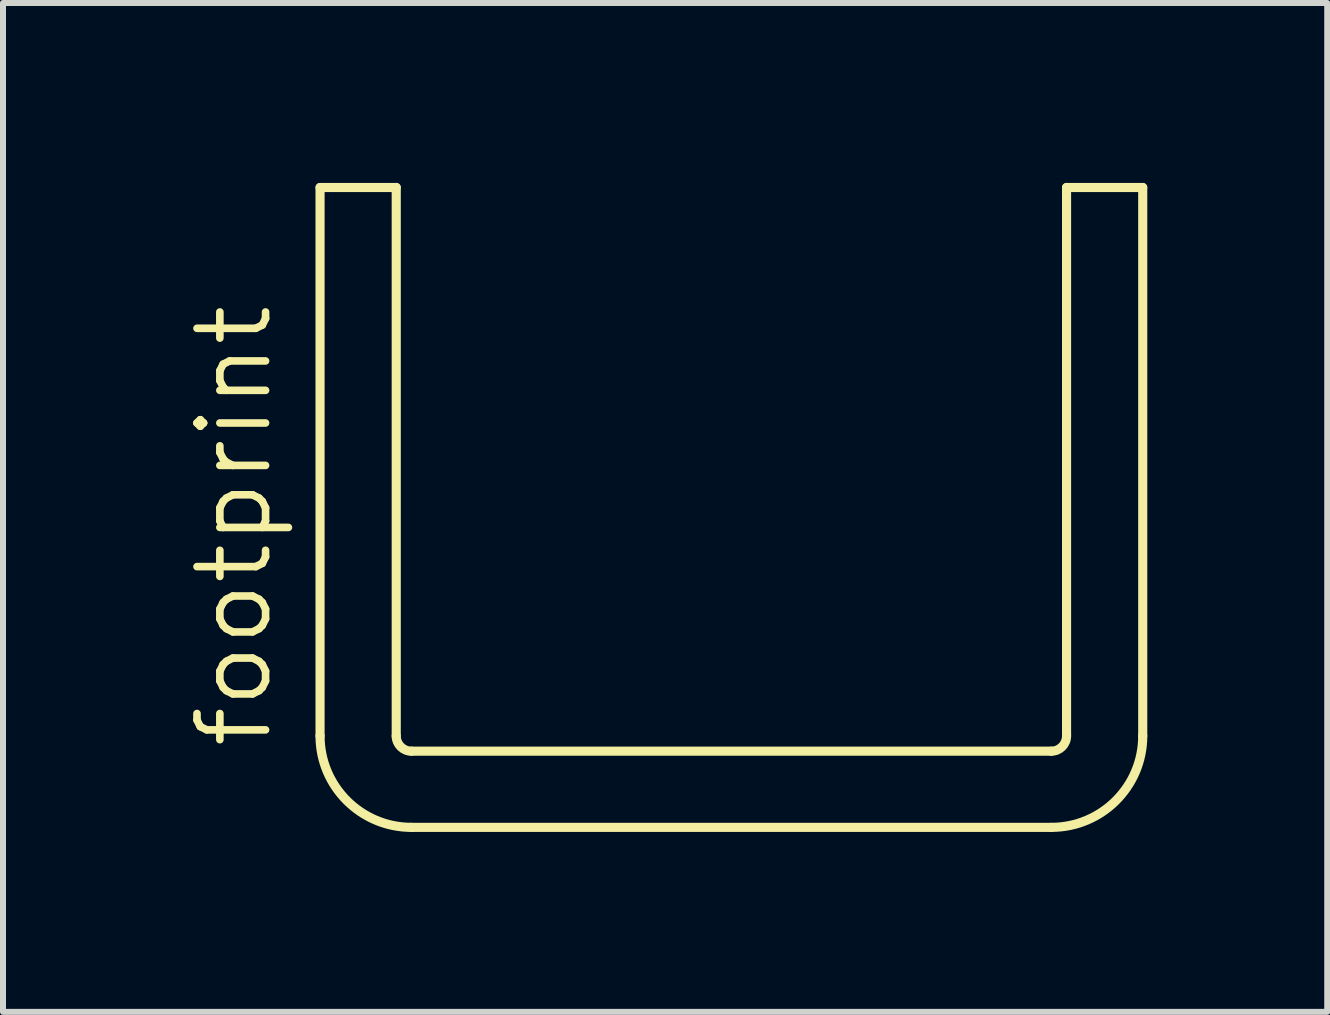
<source format=kicad_pcb>
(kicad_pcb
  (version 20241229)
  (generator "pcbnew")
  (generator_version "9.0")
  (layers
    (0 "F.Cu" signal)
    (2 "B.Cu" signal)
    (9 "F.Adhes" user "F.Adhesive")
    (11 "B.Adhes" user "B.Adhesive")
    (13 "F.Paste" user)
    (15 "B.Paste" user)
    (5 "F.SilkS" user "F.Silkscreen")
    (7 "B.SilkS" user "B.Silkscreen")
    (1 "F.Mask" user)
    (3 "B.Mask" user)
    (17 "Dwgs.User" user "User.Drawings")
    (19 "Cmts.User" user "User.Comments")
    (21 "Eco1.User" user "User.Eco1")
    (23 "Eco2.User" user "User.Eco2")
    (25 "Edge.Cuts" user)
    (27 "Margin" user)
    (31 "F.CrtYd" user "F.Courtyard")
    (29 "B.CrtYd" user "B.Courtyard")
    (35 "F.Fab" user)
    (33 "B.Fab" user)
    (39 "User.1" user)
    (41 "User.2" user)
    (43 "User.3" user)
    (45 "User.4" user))
  (footprint "footprint"
    (layer "F.Cu")
    (at 9.144 9.474)
    (property "Reference" "footprint" (at -7.62 0 90) (layer "F.SilkS") (effects (font (size 1.143 1.143) (thickness 0.127)) (justify left bottom)))
    (fp_line (start -6.858 -9.398) (end -5.588 -9.398) (stroke (width 0.152) (type solid)) (layer "F.SilkS"))
    (fp_line (start -6.858 -0.254) (end -6.858 -9.398) (stroke (width 0.152) (type solid)) (layer "F.SilkS"))
    (fp_line (start -5.588 -0.254) (end -5.588 -9.398) (stroke (width 0.152) (type solid)) (layer "F.SilkS"))
    (fp_line (start -5.334 0) (end 5.334 0) (stroke (width 0.152) (type solid)) (layer "F.SilkS"))
    (fp_line (start -5.334 1.27) (end 5.334 1.27) (stroke (width 0.152) (type solid)) (layer "F.SilkS"))
    (fp_line (start 5.588 -0.254) (end 5.588 -9.398) (stroke (width 0.152) (type solid)) (layer "F.SilkS"))
    (fp_line (start 6.858 -9.398) (end 5.588 -9.398) (stroke (width 0.152) (type solid)) (layer "F.SilkS"))
    (fp_line (start 6.858 -0.254) (end 6.858 -9.398) (stroke (width 0.152) (type solid)) (layer "F.SilkS"))
    (fp_arc (start -5.334 0) (mid -5.513605 -0.074395) (end -5.588 -0.254) (stroke (width 0.1524) (type solid)) (layer "F.SilkS"))
    (fp_arc (start -5.334 1.27) (mid -6.411631 0.823631) (end -6.858 -0.254) (stroke (width 0.1524) (type solid)) (layer "F.SilkS"))
    (fp_arc (start 5.588 -0.254) (mid 5.513605 -0.074395) (end 5.334 0) (stroke (width 0.1524) (type solid)) (layer "F.SilkS"))
    (fp_arc (start 6.858 -0.254) (mid 6.411631 0.823631) (end 5.334 1.27) (stroke (width 0.1524) (type solid)) (layer "F.SilkS")))
  (gr_rect
    (start -3 -3)
    (end 19.078 13.82)
    (stroke (width 0.1) (type default))
    (fill no)
    (layer "Edge.Cuts")))
</source>
